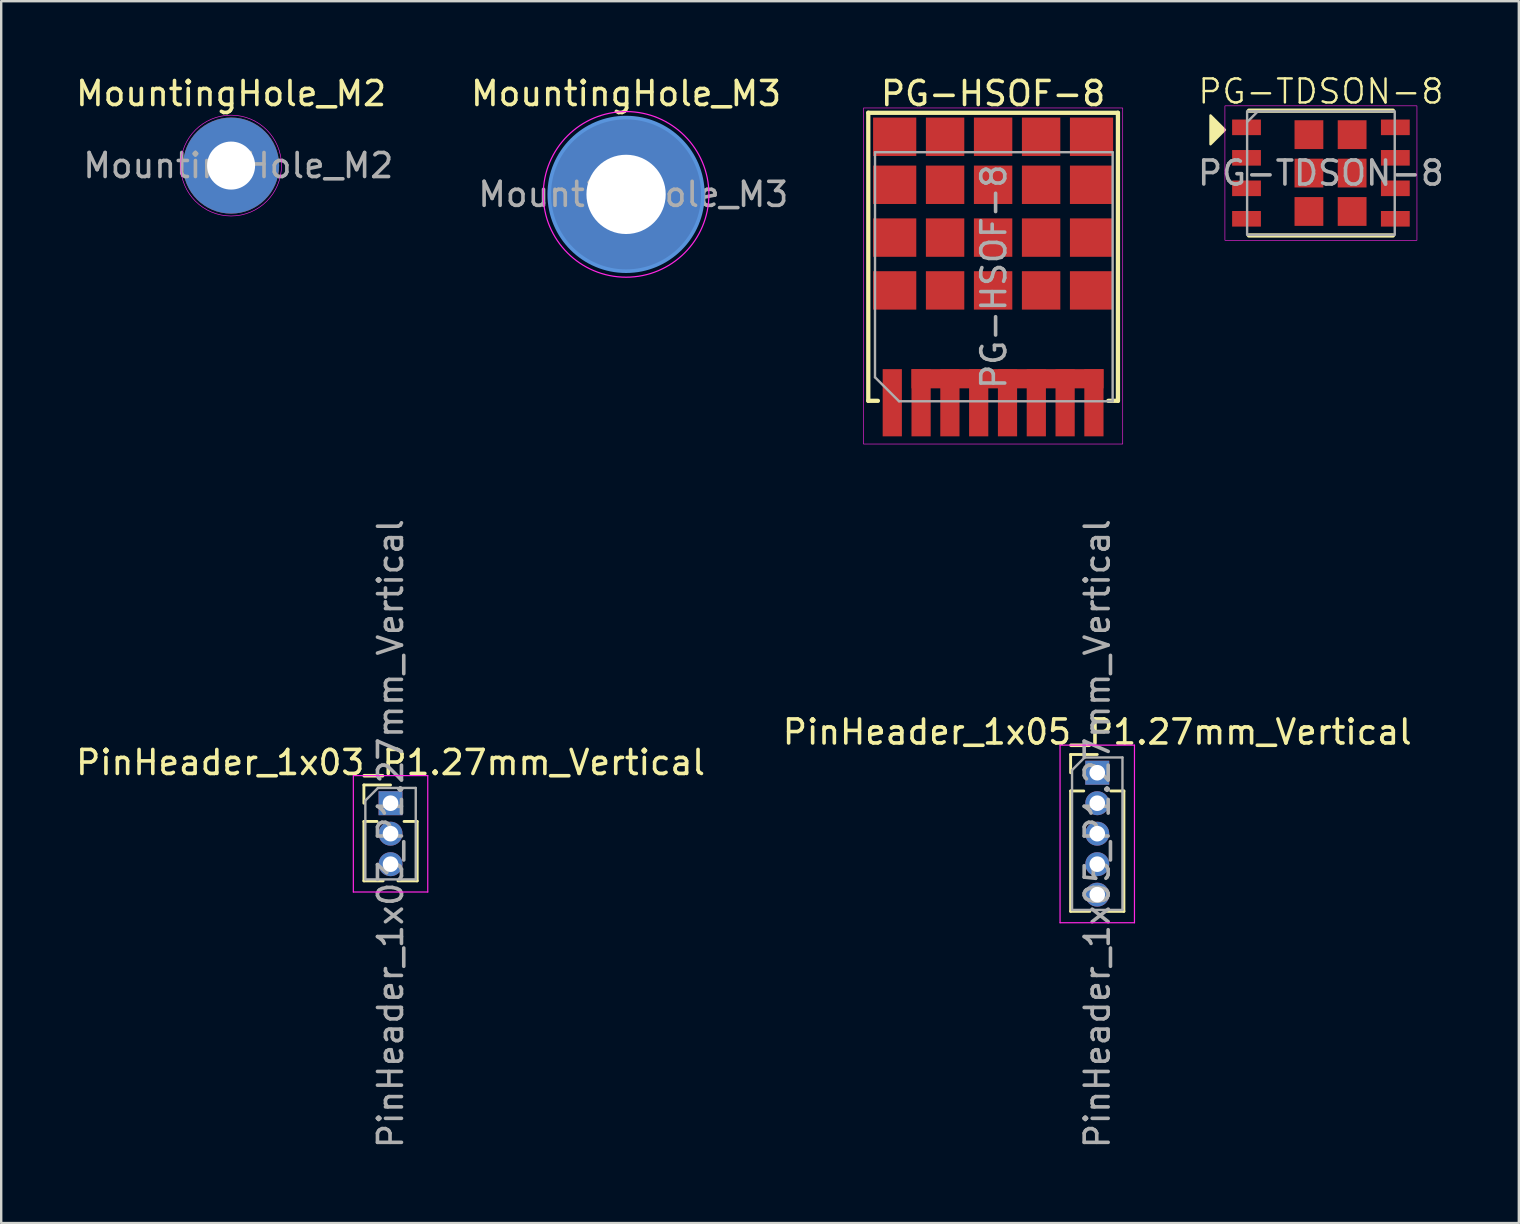
<source format=kicad_pcb>
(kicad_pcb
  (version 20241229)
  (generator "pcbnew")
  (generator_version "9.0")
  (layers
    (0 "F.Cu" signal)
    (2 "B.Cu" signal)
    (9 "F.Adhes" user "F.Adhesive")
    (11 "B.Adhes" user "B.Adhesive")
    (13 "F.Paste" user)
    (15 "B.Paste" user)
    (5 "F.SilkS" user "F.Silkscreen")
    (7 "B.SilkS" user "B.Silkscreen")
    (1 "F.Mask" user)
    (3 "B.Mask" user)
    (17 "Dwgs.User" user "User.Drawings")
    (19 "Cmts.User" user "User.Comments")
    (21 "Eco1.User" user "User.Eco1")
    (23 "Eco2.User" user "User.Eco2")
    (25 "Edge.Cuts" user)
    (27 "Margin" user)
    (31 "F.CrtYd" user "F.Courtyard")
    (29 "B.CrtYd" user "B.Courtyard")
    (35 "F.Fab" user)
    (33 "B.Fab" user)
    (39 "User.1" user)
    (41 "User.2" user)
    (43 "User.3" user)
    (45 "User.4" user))
  (footprint "PinHeader_1x03_P1.27mm_Vertical"
    (layer "F.Cu")
    (at 13.22 30.411)
    (property "Reference" "PinHeader_1x03_P1.27mm_Vertical" (at 0 -1.695 0) (layer "F.SilkS") (effects (font (size 1 1) (thickness 0.15))))
    (attr through_hole)
    (fp_line (start -1.11 -0.76) (end 0 -0.76) (stroke (width 0.12) (type solid)) (layer "F.SilkS"))
    (fp_line (start -1.11 0) (end -1.11 -0.76) (stroke (width 0.12) (type solid)) (layer "F.SilkS"))
    (fp_line (start -1.11 0.76) (end -1.11 3.235) (stroke (width 0.12) (type solid)) (layer "F.SilkS"))
    (fp_line (start -1.11 0.76) (end -0.563 0.76) (stroke (width 0.12) (type solid)) (layer "F.SilkS"))
    (fp_line (start -1.11 3.235) (end -0.308 3.235) (stroke (width 0.12) (type solid)) (layer "F.SilkS"))
    (fp_line (start 0.308 3.235) (end 1.11 3.235) (stroke (width 0.12) (type solid)) (layer "F.SilkS"))
    (fp_line (start 0.563 0.76) (end 1.11 0.76) (stroke (width 0.12) (type solid)) (layer "F.SilkS"))
    (fp_line (start 1.11 0.76) (end 1.11 3.235) (stroke (width 0.12) (type solid)) (layer "F.SilkS"))
    (fp_line (start -1.55 -1.15) (end -1.55 3.7) (stroke (width 0.05) (type solid)) (layer "F.CrtYd"))
    (fp_line (start -1.55 3.7) (end 1.55 3.7) (stroke (width 0.05) (type solid)) (layer "F.CrtYd"))
    (fp_line (start 1.55 -1.15) (end -1.55 -1.15) (stroke (width 0.05) (type solid)) (layer "F.CrtYd"))
    (fp_line (start 1.55 3.7) (end 1.55 -1.15) (stroke (width 0.05) (type solid)) (layer "F.CrtYd"))
    (fp_line (start -1.05 -0.11) (end -0.525 -0.635) (stroke (width 0.1) (type solid)) (layer "F.Fab"))
    (fp_line (start -1.05 3.175) (end -1.05 -0.11) (stroke (width 0.1) (type solid)) (layer "F.Fab"))
    (fp_line (start -0.525 -0.635) (end 1.05 -0.635) (stroke (width 0.1) (type solid)) (layer "F.Fab"))
    (fp_line (start 1.05 -0.635) (end 1.05 3.175) (stroke (width 0.1) (type solid)) (layer "F.Fab"))
    (fp_line (start 1.05 3.175) (end -1.05 3.175) (stroke (width 0.1) (type solid)) (layer "F.Fab"))
    (fp_text user "${REFERENCE}" (at 0 1.27 90) (layer "F.Fab") (effects (font (size 1 1) (thickness 0.15))))
    (pad "1" thru_hole rect (at 0 0) (size 1 1) (drill 0.65) (layers "*.Cu" "*.Mask"))
    (pad "2" thru_hole oval (at 0 1.27) (size 1 1) (drill 0.65) (layers "*.Cu" "*.Mask"))
    (pad "3" thru_hole oval (at 0 2.54) (size 1 1) (drill 0.65) (layers "*.Cu" "*.Mask")))
  (footprint "PG-HSOF-8"
    (layer "F.Cu")
    (at 38.322 8.648)
    (property "Reference" "PG-HSOF-8" (at 0 -7.8 180) (layer "F.SilkS") (effects (font (size 1 1) (thickness 0.15))))
    (attr smd)
    (fp_line (start -5.2 -7) (end 5.2 -7) (stroke (width 0.178) (type default)) (layer "F.SilkS"))
    (fp_line (start -5.2 5) (end -5.2 -7) (stroke (width 0.178) (type default)) (layer "F.SilkS"))
    (fp_line (start -4.8 5) (end -5.2 5) (stroke (width 0.178) (type default)) (layer "F.SilkS"))
    (fp_line (start 4.8 5) (end 5.2 5) (stroke (width 0.178) (type default)) (layer "F.SilkS"))
    (fp_line (start 5.2 -7) (end 5.2 5) (stroke (width 0.178) (type default)) (layer "F.SilkS"))
    (fp_rect (start -5.4 -7.2) (end 5.4 6.8) (stroke (width 0.025) (type default)) (fill no) (layer "F.CrtYd"))
    (fp_line (start -4.92 -5.357) (end 4.98 -5.357) (stroke (width 0.1) (type solid)) (layer "F.Fab"))
    (fp_line (start -4.92 4.018) (end -4.92 -5.357) (stroke (width 0.1) (type solid)) (layer "F.Fab"))
    (fp_line (start -4.92 4.018) (end -3.92 5.018) (stroke (width 0.1) (type solid)) (layer "F.Fab"))
    (fp_line (start 4.98 -5.357) (end 4.98 5.018) (stroke (width 0.1) (type solid)) (layer "F.Fab"))
    (fp_line (start 4.98 5.018) (end -3.92 5.018) (stroke (width 0.1) (type solid)) (layer "F.Fab"))
    (fp_text user "${REFERENCE}" (at 0.03 -0.17 90) (layer "F.Fab") (effects (font (size 1 1) (thickness 0.15))))
    (pad "D" smd custom (at -4.1 -6) (size 1.8 1.6) (layers "F.Cu" "F.Mask") (options (anchor rect)) (primitives))
    (pad "D" smd custom (at -4.1 -4) (size 1.8 1.6) (layers "F.Cu" "F.Mask") (options (anchor rect)) (primitives))
    (pad "D" smd custom (at -4.1 -1.8) (size 1.8 1.6) (layers "F.Cu" "F.Mask") (options (anchor rect)) (primitives))
    (pad "D" smd custom (at -4.1 0.4) (size 1.8 1.6) (layers "F.Cu" "F.Mask") (options (anchor rect)) (primitives))
    (pad "D" smd custom (at -2 -6 90) (size 1.6 1.6) (layers "F.Cu" "F.Mask") (options (anchor rect)) (primitives))
    (pad "D" smd custom (at -2 -4 90) (size 1.6 1.6) (layers "F.Cu" "F.Mask") (options (anchor rect)) (primitives))
    (pad "D" smd custom (at -2 -1.8 90) (size 1.6 1.6) (layers "F.Cu" "F.Mask") (options (anchor rect)) (primitives))
    (pad "D" smd custom (at -2 0.4 90) (size 1.6 1.6) (layers "F.Cu" "F.Mask") (options (anchor rect)) (primitives))
    (pad "D" smd custom (at 0 -6 90) (size 1.6 1.6) (layers "F.Cu" "F.Mask") (options (anchor rect)) (primitives))
    (pad "D" smd custom (at 0 -4 90) (size 1.6 1.6) (layers "F.Cu" "F.Mask") (options (anchor rect)) (primitives))
    (pad "D" smd custom (at 0 -1.8 90) (size 1.6 1.6) (layers "F.Cu" "F.Mask") (options (anchor rect)) (primitives))
    (pad "D" smd custom (at 0 0.4 90) (size 1.6 1.6) (layers "F.Cu" "F.Mask") (options (anchor rect)) (primitives))
    (pad "D" smd custom (at 2 -6 90) (size 1.6 1.6) (layers "F.Cu" "F.Mask") (options (anchor rect)) (primitives))
    (pad "D" smd custom (at 2 -4 90) (size 1.6 1.6) (layers "F.Cu" "F.Mask") (options (anchor rect)) (primitives))
    (pad "D" smd custom (at 2 -1.8 90) (size 1.6 1.6) (layers "F.Cu" "F.Mask") (options (anchor rect)) (primitives))
    (pad "D" smd custom (at 2 0.4 90) (size 1.6 1.6) (layers "F.Cu" "F.Mask") (options (anchor rect)) (primitives))
    (pad "D" smd custom (at 4.1 -6) (size 1.8 1.6) (layers "F.Cu" "F.Mask") (options (anchor rect)) (primitives))
    (pad "D" smd custom (at 4.1 -4) (size 1.8 1.6) (layers "F.Cu" "F.Mask") (options (anchor rect)) (primitives))
    (pad "D" smd custom (at 4.1 -1.8) (size 1.8 1.6) (layers "F.Cu" "F.Mask") (options (anchor rect)) (primitives))
    (pad "D" smd custom (at 4.1 0.4) (size 1.8 1.6) (layers "F.Cu" "F.Mask") (options (anchor rect)) (primitives))
    (pad "G" smd rect (at -4.2 5.08 90) (size 2.8 0.8) (layers "F.Cu" "F.Mask"))
    (pad "S" smd rect (at -3 5.08 90) (size 2.8 0.8) (layers "F.Cu" "F.Mask"))
    (pad "S" smd rect (at -1.8 5.08 90) (size 2.8 0.8) (layers "F.Cu" "F.Mask"))
    (pad "S" smd rect (at -0.6 5.08 90) (size 2.8 0.8) (layers "F.Cu" "F.Mask"))
    (pad "S" smd custom (at 0.6 4.08 90) (size 0.8 8) (layers "F.Cu" "F.Mask") (options (anchor rect)) (primitives))
    (pad "S" smd rect (at 0.6 5.08 90) (size 2.8 0.8) (layers "F.Cu" "F.Mask"))
    (pad "S" smd rect (at 1.8 5.08 90) (size 2.8 0.8) (layers "F.Cu" "F.Mask"))
    (pad "S" smd rect (at 3 5.08 90) (size 2.8 0.8) (layers "F.Cu" "F.Mask"))
    (pad "S" smd rect (at 4.2 5.08 90) (size 2.8 0.8) (layers "F.Cu" "F.Mask")))
  (footprint "MountingHole_M2"
    (layer "F.Cu")
    (at 6.577 3.848)
    (property "Reference" "MountingHole_M2" (at 0 -3 0) (layer "F.SilkS") (effects (font (size 1 1) (thickness 0.15))))
    (attr exclude_from_pos_files exclude_from_bom)
    (fp_circle (center 0 0) (end 2.1 0) (stroke (width 0.025) (type solid)) (fill no) (layer "F.CrtYd"))
    (fp_text user "${REFERENCE}" (at 0.3 0 0) (layer "F.Fab") (effects (font (size 1 1) (thickness 0.15))))
    (pad "1" thru_hole circle (at 0 0) (size 4 4) (drill 2) (layers "*.Cu" "*.Mask")))
  (footprint "PinHeader_1x05_P1.27mm_Vertical"
    (layer "F.Cu")
    (at 42.661 29.141)
    (property "Reference" "PinHeader_1x05_P1.27mm_Vertical" (at 0 -1.695 0) (layer "F.SilkS") (effects (font (size 1 1) (thickness 0.15))))
    (attr through_hole)
    (fp_line (start -1.11 -0.76) (end 0 -0.76) (stroke (width 0.12) (type solid)) (layer "F.SilkS"))
    (fp_line (start -1.11 0) (end -1.11 -0.76) (stroke (width 0.12) (type solid)) (layer "F.SilkS"))
    (fp_line (start -1.11 0.76) (end -1.11 5.775) (stroke (width 0.12) (type solid)) (layer "F.SilkS"))
    (fp_line (start -1.11 0.76) (end -0.563 0.76) (stroke (width 0.12) (type solid)) (layer "F.SilkS"))
    (fp_line (start -1.11 5.775) (end -0.308 5.775) (stroke (width 0.12) (type solid)) (layer "F.SilkS"))
    (fp_line (start 0.308 5.775) (end 1.11 5.775) (stroke (width 0.12) (type solid)) (layer "F.SilkS"))
    (fp_line (start 0.563 0.76) (end 1.11 0.76) (stroke (width 0.12) (type solid)) (layer "F.SilkS"))
    (fp_line (start 1.11 0.76) (end 1.11 5.775) (stroke (width 0.12) (type solid)) (layer "F.SilkS"))
    (fp_line (start -1.55 -1.15) (end -1.55 6.25) (stroke (width 0.05) (type solid)) (layer "F.CrtYd"))
    (fp_line (start -1.55 6.25) (end 1.55 6.25) (stroke (width 0.05) (type solid)) (layer "F.CrtYd"))
    (fp_line (start 1.55 -1.15) (end -1.55 -1.15) (stroke (width 0.05) (type solid)) (layer "F.CrtYd"))
    (fp_line (start 1.55 6.25) (end 1.55 -1.15) (stroke (width 0.05) (type solid)) (layer "F.CrtYd"))
    (fp_line (start -1.05 -0.11) (end -0.525 -0.635) (stroke (width 0.1) (type solid)) (layer "F.Fab"))
    (fp_line (start -1.05 5.715) (end -1.05 -0.11) (stroke (width 0.1) (type solid)) (layer "F.Fab"))
    (fp_line (start -0.525 -0.635) (end 1.05 -0.635) (stroke (width 0.1) (type solid)) (layer "F.Fab"))
    (fp_line (start 1.05 -0.635) (end 1.05 5.715) (stroke (width 0.1) (type solid)) (layer "F.Fab"))
    (fp_line (start 1.05 5.715) (end -1.05 5.715) (stroke (width 0.1) (type solid)) (layer "F.Fab"))
    (fp_text user "${REFERENCE}" (at 0 2.54 90) (layer "F.Fab") (effects (font (size 1 1) (thickness 0.15))))
    (pad "1" thru_hole rect (at 0 0) (size 1 1) (drill 0.65) (layers "*.Cu" "*.Mask"))
    (pad "2" thru_hole oval (at 0 1.27) (size 1 1) (drill 0.65) (layers "*.Cu" "*.Mask"))
    (pad "3" thru_hole oval (at 0 2.54) (size 1 1) (drill 0.65) (layers "*.Cu" "*.Mask"))
    (pad "4" thru_hole oval (at 0 3.81) (size 1 1) (drill 0.65) (layers "*.Cu" "*.Mask"))
    (pad "5" thru_hole oval (at 0 5.08) (size 1 1) (drill 0.65) (layers "*.Cu" "*.Mask")))
  (footprint "MountingHole_M3"
    (layer "F.Cu")
    (at 23.032 5.048)
    (property "Reference" "MountingHole_M3" (at 0 -4.2 0) (layer "F.SilkS") (effects (font (size 1 1) (thickness 0.15))))
    (attr exclude_from_pos_files exclude_from_bom)
    (fp_circle (center 0 0) (end 3.2 0) (stroke (width 0.15) (type solid)) (fill no) (layer "Cmts.User"))
    (fp_circle (center 0 0) (end 3.45 0) (stroke (width 0.05) (type solid)) (fill no) (layer "F.CrtYd"))
    (fp_text user "${REFERENCE}" (at 0.3 0 0) (layer "F.Fab") (effects (font (size 1 1) (thickness 0.15))))
    (pad "1" thru_hole circle (at 0 0) (size 6.35 6.35) (drill 3.302) (layers "*.Cu" "*.Mask")))
  (footprint "PG-TDSON-8"
    (layer "F.Cu")
    (at 51.979 4.16)
    (property "Reference" "PG-TDSON-8" (at 0 -3.4 0) (unlocked yes) (layer "F.SilkS") (effects (font (size 1 1) (thickness 0.1))))
    (attr smd)
    (fp_line (start -3 -2.6) (end 3 -2.6) (stroke (width 0.178) (type default)) (layer "F.SilkS"))
    (fp_line (start -3 2.6) (end 3 2.6) (stroke (width 0.178) (type default)) (layer "F.SilkS"))
    (fp_poly (pts (xy -4 -1.8) (xy -4.6 -2.4) (xy -4.6 -1.2)) (stroke (width 0.1) (type solid)) (fill yes) (layer "F.SilkS"))
    (fp_rect (start -4 -2.8) (end 4 2.8) (stroke (width 0.025) (type default)) (fill no) (layer "F.CrtYd"))
    (fp_line (start -3.05 -2.15) (end -2.65 -2.55) (stroke (width 0.1) (type default)) (layer "F.Fab"))
    (fp_rect (start -3.075 2.575) (end 3.075 -2.575) (stroke (width 0.1) (type default)) (fill no) (layer "F.Fab"))
    (fp_text user "${REFERENCE}" (at 0 0 0) (unlocked yes) (layer "F.Fab") (effects (font (size 1 1) (thickness 0.15))))
    (pad "D" smd rect (at -0.5 -1.6) (size 1.2 1.2) (layers "F.Cu" "F.Mask" "F.Paste"))
    (pad "D" smd rect (at -0.5 0) (size 1.2 1.2) (layers "F.Cu" "F.Mask" "F.Paste"))
    (pad "D" smd rect (at -0.5 1.6) (size 1.2 1.2) (layers "F.Cu" "F.Mask" "F.Paste"))
    (pad "D" smd rect (at 1.3 -1.6) (size 1.2 1.2) (layers "F.Cu" "F.Mask" "F.Paste"))
    (pad "D" smd rect (at 1.3 0) (size 1.2 1.2) (layers "F.Cu" "F.Mask" "F.Paste"))
    (pad "D" smd rect (at 1.3 1.6) (size 1.2 1.2) (layers "F.Cu" "F.Mask" "F.Paste"))
    (pad "D" smd rect (at 3.1 -1.905) (size 1.2 0.65) (layers "F.Cu" "F.Mask" "F.Paste"))
    (pad "D" smd rect (at 3.1 -0.635) (size 1.2 0.65) (layers "F.Cu" "F.Mask" "F.Paste"))
    (pad "D" smd rect (at 3.1 0.635) (size 1.2 0.65) (layers "F.Cu" "F.Mask" "F.Paste"))
    (pad "D" smd rect (at 3.1 1.905) (size 1.2 0.65) (layers "F.Cu" "F.Mask" "F.Paste"))
    (pad "G" smd rect (at -3.1 1.905) (size 1.2 0.65) (layers "F.Cu" "F.Mask" "F.Paste"))
    (pad "S" smd rect (at -3.1 -1.905) (size 1.2 0.65) (layers "F.Cu" "F.Mask" "F.Paste"))
    (pad "S" smd rect (at -3.1 -0.635) (size 1.2 0.65) (layers "F.Cu" "F.Mask" "F.Paste"))
    (pad "S" smd rect (at -3.1 0.635) (size 1.2 0.65) (layers "F.Cu" "F.Mask" "F.Paste")))
  (gr_rect
    (start -3 -3)
    (end 60.223 47.901)
    (stroke (width 0.1) (type default))
    (fill no)
    (layer "Edge.Cuts")))
</source>
